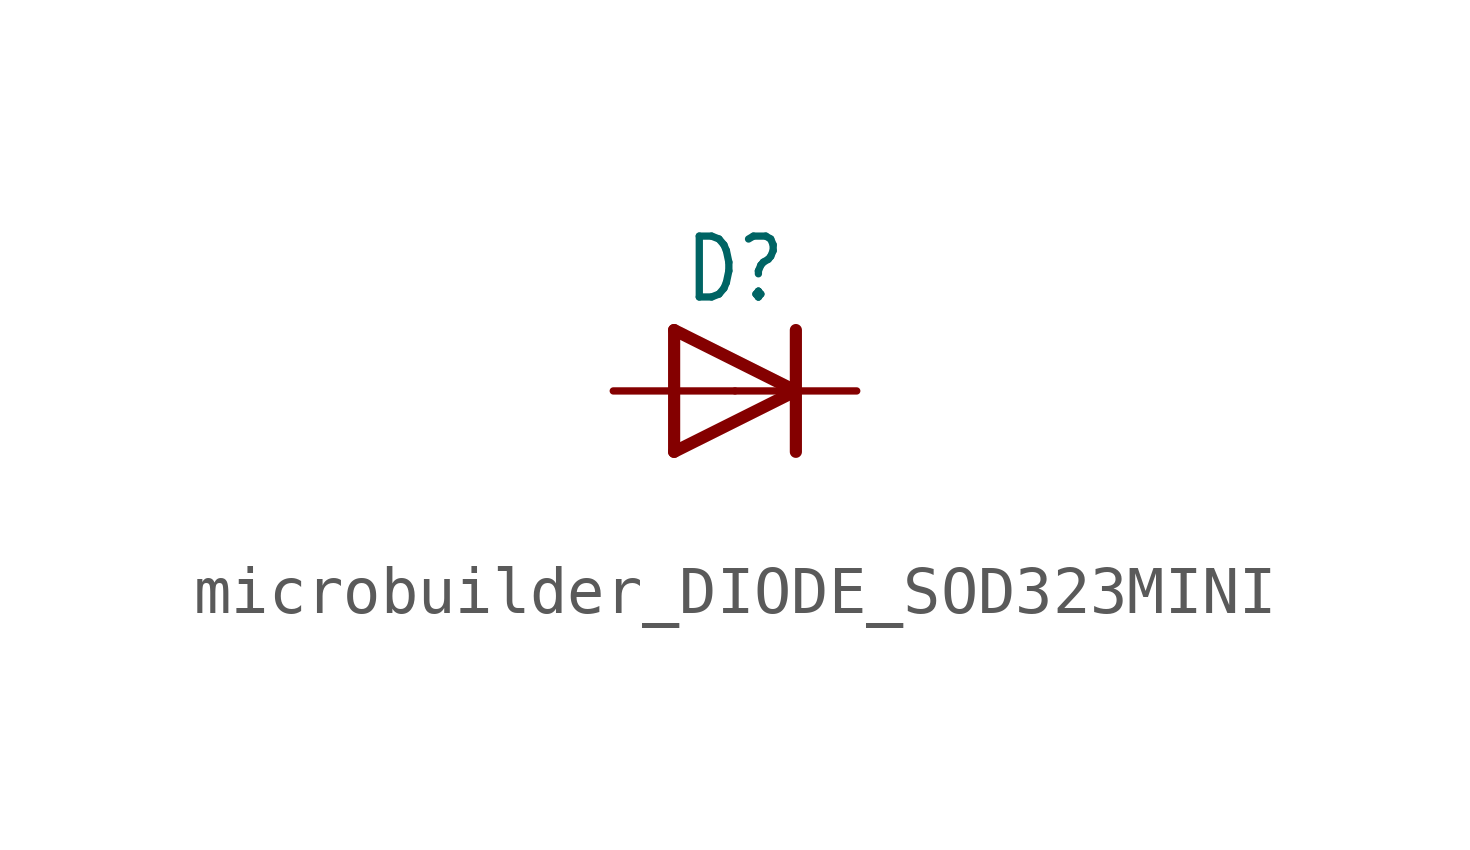
<source format=kicad_sym>
(kicad_symbol_lib
  (version 20231120)
  (generator "kicad_symbol_editor")
  (generator_version "8.0")
  (symbol "microbuilder_DIODE_SOD323MINI"
    (property "Reference" "D"
      (at 0 2.54 0)
      (effects (font (size 1.27 1.079))))
    (property "Value" ""
      (at 0 -2.5 0)
      (effects (font (size 1.27 1.079))))
    (property "ki_locked" ""
      (at 0 0 0)
      (effects (font (size 1.27 1.27))))
    (symbol "microbuilder_DIODE_SOD323MINI_1_0"
      (polyline (pts (xy -1.27 -1.27) (xy 1.27 0)) (stroke (width 0.254) (type solid)) (fill (type none)))
      (polyline (pts (xy -1.27 1.27) (xy -1.27 -1.27)) (stroke (width 0.254) (type solid)) (fill (type none)))
      (polyline (pts (xy 1.27 0) (xy -1.27 1.27)) (stroke (width 0.254) (type solid)) (fill (type none)))
      (polyline (pts (xy 1.27 0) (xy 1.27 -1.27)) (stroke (width 0.254) (type solid)) (fill (type none)))
      (polyline (pts (xy 1.27 1.27) (xy 1.27 0)) (stroke (width 0.254) (type solid)) (fill (type none)))
      (pin passive line (at -2.54 0 0) (length 2.54) (name "A" (effects (font (size 0 0)))) (number "A" (effects (font (size 0 0)))))
      (pin passive line (at 2.54 0 180) (length 2.54) (name "C" (effects (font (size 0 0)))) (number "C" (effects (font (size 0 0))))))))
</source>
